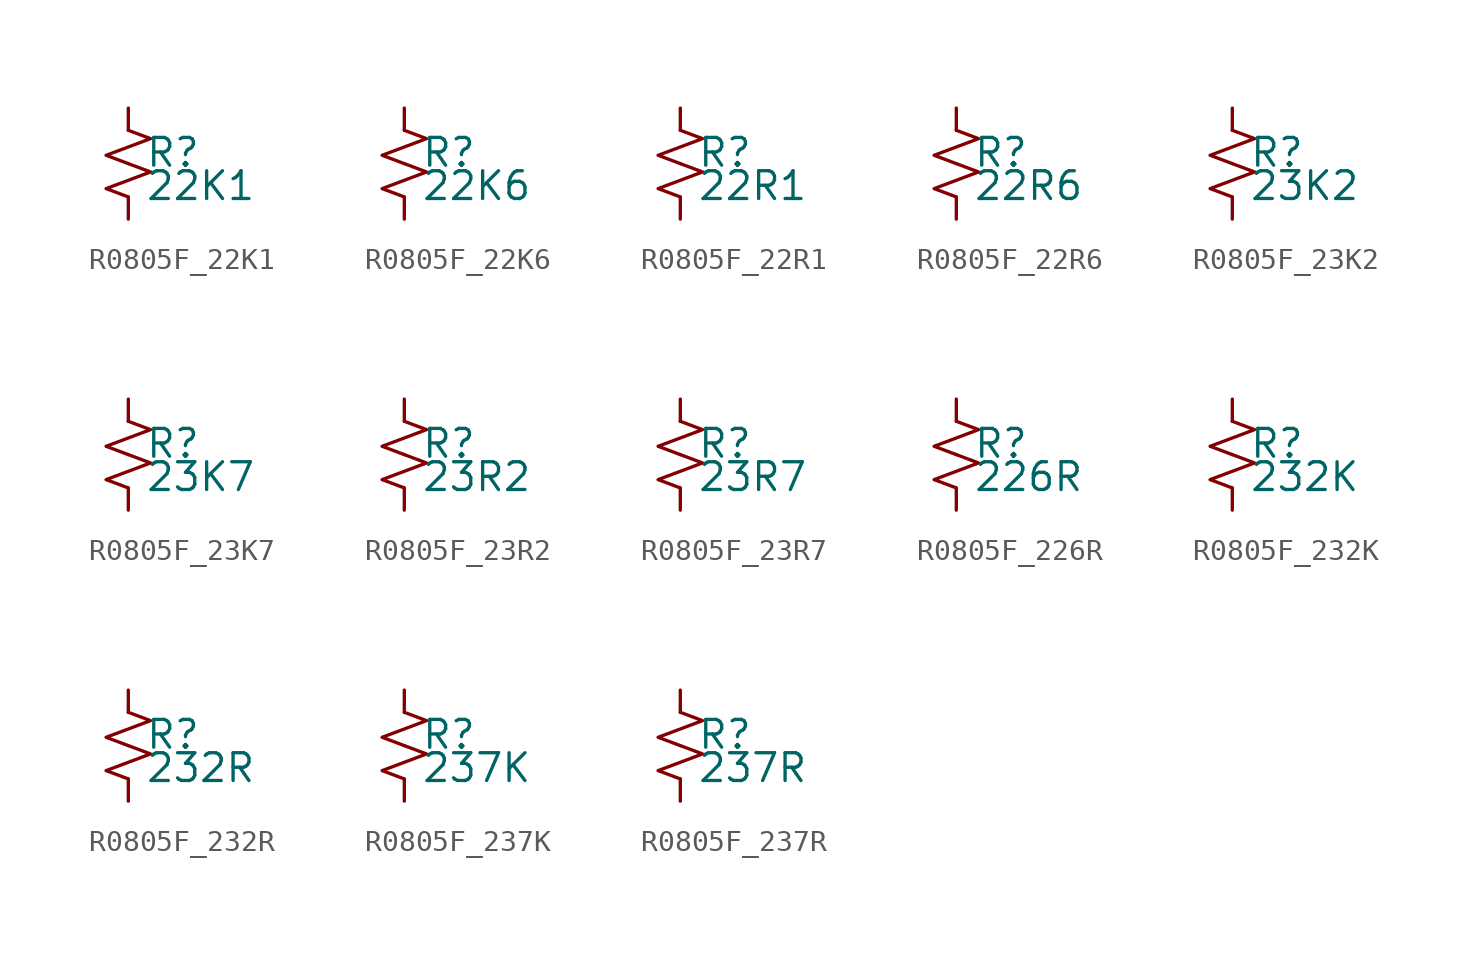
<source format=kicad_sym>
(kicad_symbol_lib
  (version 20220914)
  (generator kicad_symbol_editor)
  (symbol "R0805F_22K1"
    (pin_numbers hide)
    (pin_names
      (offset 0.254) hide)
    (property "Reference" "R"
      (at 0.762 0.508 0)
      (effects (font (size 1.27 1.27)) (justify left)))
    (property "Value" "22K1"
      (at 0.762 -1.016 0)
      (effects (font (size 1.27 1.27)) (justify left)))
    (symbol "R0805F_22K1_1_1"
      (polyline (pts (xy 0 0) (xy 1.016 -0.381) (xy 0 -0.762) (xy -1.016 -1.143) (xy 0 -1.524)) (stroke (width 0) (type default)) (fill (type none)))
      (polyline (pts (xy 0 1.524) (xy 1.016 1.143) (xy 0 0.762) (xy -1.016 0.381) (xy 0 0)) (stroke (width 0) (type default)) (fill (type none)))
      (pin passive line (at 0 2.54 270) (length 1.016) (name "~" (effects (font (size 1.27 1.27)))) (number "1" (effects (font (size 1.27 1.27)))))
      (pin passive line (at 0 -2.54 90) (length 1.016) (name "~" (effects (font (size 1.27 1.27)))) (number "2" (effects (font (size 1.27 1.27)))))))
  (symbol "R0805F_22K6"
    (pin_numbers hide)
    (pin_names
      (offset 0.254) hide)
    (property "Reference" "R"
      (at 0.762 0.508 0)
      (effects (font (size 1.27 1.27)) (justify left)))
    (property "Value" "22K6"
      (at 0.762 -1.016 0)
      (effects (font (size 1.27 1.27)) (justify left)))
    (symbol "R0805F_22K6_1_1"
      (polyline (pts (xy 0 0) (xy 1.016 -0.381) (xy 0 -0.762) (xy -1.016 -1.143) (xy 0 -1.524)) (stroke (width 0) (type default)) (fill (type none)))
      (polyline (pts (xy 0 1.524) (xy 1.016 1.143) (xy 0 0.762) (xy -1.016 0.381) (xy 0 0)) (stroke (width 0) (type default)) (fill (type none)))
      (pin passive line (at 0 2.54 270) (length 1.016) (name "~" (effects (font (size 1.27 1.27)))) (number "1" (effects (font (size 1.27 1.27)))))
      (pin passive line (at 0 -2.54 90) (length 1.016) (name "~" (effects (font (size 1.27 1.27)))) (number "2" (effects (font (size 1.27 1.27)))))))
  (symbol "R0805F_22R1"
    (pin_numbers hide)
    (pin_names
      (offset 0.254) hide)
    (property "Reference" "R"
      (at 0.762 0.508 0)
      (effects (font (size 1.27 1.27)) (justify left)))
    (property "Value" "22R1"
      (at 0.762 -1.016 0)
      (effects (font (size 1.27 1.27)) (justify left)))
    (symbol "R0805F_22R1_1_1"
      (polyline (pts (xy 0 0) (xy 1.016 -0.381) (xy 0 -0.762) (xy -1.016 -1.143) (xy 0 -1.524)) (stroke (width 0) (type default)) (fill (type none)))
      (polyline (pts (xy 0 1.524) (xy 1.016 1.143) (xy 0 0.762) (xy -1.016 0.381) (xy 0 0)) (stroke (width 0) (type default)) (fill (type none)))
      (pin passive line (at 0 2.54 270) (length 1.016) (name "~" (effects (font (size 1.27 1.27)))) (number "1" (effects (font (size 1.27 1.27)))))
      (pin passive line (at 0 -2.54 90) (length 1.016) (name "~" (effects (font (size 1.27 1.27)))) (number "2" (effects (font (size 1.27 1.27)))))))
  (symbol "R0805F_22R6"
    (pin_numbers hide)
    (pin_names
      (offset 0.254) hide)
    (property "Reference" "R"
      (at 0.762 0.508 0)
      (effects (font (size 1.27 1.27)) (justify left)))
    (property "Value" "22R6"
      (at 0.762 -1.016 0)
      (effects (font (size 1.27 1.27)) (justify left)))
    (symbol "R0805F_22R6_1_1"
      (polyline (pts (xy 0 0) (xy 1.016 -0.381) (xy 0 -0.762) (xy -1.016 -1.143) (xy 0 -1.524)) (stroke (width 0) (type default)) (fill (type none)))
      (polyline (pts (xy 0 1.524) (xy 1.016 1.143) (xy 0 0.762) (xy -1.016 0.381) (xy 0 0)) (stroke (width 0) (type default)) (fill (type none)))
      (pin passive line (at 0 2.54 270) (length 1.016) (name "~" (effects (font (size 1.27 1.27)))) (number "1" (effects (font (size 1.27 1.27)))))
      (pin passive line (at 0 -2.54 90) (length 1.016) (name "~" (effects (font (size 1.27 1.27)))) (number "2" (effects (font (size 1.27 1.27)))))))
  (symbol "R0805F_23K2"
    (pin_numbers hide)
    (pin_names
      (offset 0.254) hide)
    (property "Reference" "R"
      (at 0.762 0.508 0)
      (effects (font (size 1.27 1.27)) (justify left)))
    (property "Value" "23K2"
      (at 0.762 -1.016 0)
      (effects (font (size 1.27 1.27)) (justify left)))
    (symbol "R0805F_23K2_1_1"
      (polyline (pts (xy 0 0) (xy 1.016 -0.381) (xy 0 -0.762) (xy -1.016 -1.143) (xy 0 -1.524)) (stroke (width 0) (type default)) (fill (type none)))
      (polyline (pts (xy 0 1.524) (xy 1.016 1.143) (xy 0 0.762) (xy -1.016 0.381) (xy 0 0)) (stroke (width 0) (type default)) (fill (type none)))
      (pin passive line (at 0 2.54 270) (length 1.016) (name "~" (effects (font (size 1.27 1.27)))) (number "1" (effects (font (size 1.27 1.27)))))
      (pin passive line (at 0 -2.54 90) (length 1.016) (name "~" (effects (font (size 1.27 1.27)))) (number "2" (effects (font (size 1.27 1.27)))))))
  (symbol "R0805F_23K7"
    (pin_numbers hide)
    (pin_names
      (offset 0.254) hide)
    (property "Reference" "R"
      (at 0.762 0.508 0)
      (effects (font (size 1.27 1.27)) (justify left)))
    (property "Value" "23K7"
      (at 0.762 -1.016 0)
      (effects (font (size 1.27 1.27)) (justify left)))
    (symbol "R0805F_23K7_1_1"
      (polyline (pts (xy 0 0) (xy 1.016 -0.381) (xy 0 -0.762) (xy -1.016 -1.143) (xy 0 -1.524)) (stroke (width 0) (type default)) (fill (type none)))
      (polyline (pts (xy 0 1.524) (xy 1.016 1.143) (xy 0 0.762) (xy -1.016 0.381) (xy 0 0)) (stroke (width 0) (type default)) (fill (type none)))
      (pin passive line (at 0 2.54 270) (length 1.016) (name "~" (effects (font (size 1.27 1.27)))) (number "1" (effects (font (size 1.27 1.27)))))
      (pin passive line (at 0 -2.54 90) (length 1.016) (name "~" (effects (font (size 1.27 1.27)))) (number "2" (effects (font (size 1.27 1.27)))))))
  (symbol "R0805F_23R2"
    (pin_numbers hide)
    (pin_names
      (offset 0.254) hide)
    (property "Reference" "R"
      (at 0.762 0.508 0)
      (effects (font (size 1.27 1.27)) (justify left)))
    (property "Value" "23R2"
      (at 0.762 -1.016 0)
      (effects (font (size 1.27 1.27)) (justify left)))
    (symbol "R0805F_23R2_1_1"
      (polyline (pts (xy 0 0) (xy 1.016 -0.381) (xy 0 -0.762) (xy -1.016 -1.143) (xy 0 -1.524)) (stroke (width 0) (type default)) (fill (type none)))
      (polyline (pts (xy 0 1.524) (xy 1.016 1.143) (xy 0 0.762) (xy -1.016 0.381) (xy 0 0)) (stroke (width 0) (type default)) (fill (type none)))
      (pin passive line (at 0 2.54 270) (length 1.016) (name "~" (effects (font (size 1.27 1.27)))) (number "1" (effects (font (size 1.27 1.27)))))
      (pin passive line (at 0 -2.54 90) (length 1.016) (name "~" (effects (font (size 1.27 1.27)))) (number "2" (effects (font (size 1.27 1.27)))))))
  (symbol "R0805F_23R7"
    (pin_numbers hide)
    (pin_names
      (offset 0.254) hide)
    (property "Reference" "R"
      (at 0.762 0.508 0)
      (effects (font (size 1.27 1.27)) (justify left)))
    (property "Value" "23R7"
      (at 0.762 -1.016 0)
      (effects (font (size 1.27 1.27)) (justify left)))
    (symbol "R0805F_23R7_1_1"
      (polyline (pts (xy 0 0) (xy 1.016 -0.381) (xy 0 -0.762) (xy -1.016 -1.143) (xy 0 -1.524)) (stroke (width 0) (type default)) (fill (type none)))
      (polyline (pts (xy 0 1.524) (xy 1.016 1.143) (xy 0 0.762) (xy -1.016 0.381) (xy 0 0)) (stroke (width 0) (type default)) (fill (type none)))
      (pin passive line (at 0 2.54 270) (length 1.016) (name "~" (effects (font (size 1.27 1.27)))) (number "1" (effects (font (size 1.27 1.27)))))
      (pin passive line (at 0 -2.54 90) (length 1.016) (name "~" (effects (font (size 1.27 1.27)))) (number "2" (effects (font (size 1.27 1.27)))))))
  (symbol "R0805F_226R"
    (pin_numbers hide)
    (pin_names
      (offset 0.254) hide)
    (property "Reference" "R"
      (at 0.762 0.508 0)
      (effects (font (size 1.27 1.27)) (justify left)))
    (property "Value" "226R"
      (at 0.762 -1.016 0)
      (effects (font (size 1.27 1.27)) (justify left)))
    (symbol "R0805F_226R_1_1"
      (polyline (pts (xy 0 0) (xy 1.016 -0.381) (xy 0 -0.762) (xy -1.016 -1.143) (xy 0 -1.524)) (stroke (width 0) (type default)) (fill (type none)))
      (polyline (pts (xy 0 1.524) (xy 1.016 1.143) (xy 0 0.762) (xy -1.016 0.381) (xy 0 0)) (stroke (width 0) (type default)) (fill (type none)))
      (pin passive line (at 0 2.54 270) (length 1.016) (name "~" (effects (font (size 1.27 1.27)))) (number "1" (effects (font (size 1.27 1.27)))))
      (pin passive line (at 0 -2.54 90) (length 1.016) (name "~" (effects (font (size 1.27 1.27)))) (number "2" (effects (font (size 1.27 1.27)))))))
  (symbol "R0805F_232K"
    (pin_numbers hide)
    (pin_names
      (offset 0.254) hide)
    (property "Reference" "R"
      (at 0.762 0.508 0)
      (effects (font (size 1.27 1.27)) (justify left)))
    (property "Value" "232K"
      (at 0.762 -1.016 0)
      (effects (font (size 1.27 1.27)) (justify left)))
    (symbol "R0805F_232K_1_1"
      (polyline (pts (xy 0 0) (xy 1.016 -0.381) (xy 0 -0.762) (xy -1.016 -1.143) (xy 0 -1.524)) (stroke (width 0) (type default)) (fill (type none)))
      (polyline (pts (xy 0 1.524) (xy 1.016 1.143) (xy 0 0.762) (xy -1.016 0.381) (xy 0 0)) (stroke (width 0) (type default)) (fill (type none)))
      (pin passive line (at 0 2.54 270) (length 1.016) (name "~" (effects (font (size 1.27 1.27)))) (number "1" (effects (font (size 1.27 1.27)))))
      (pin passive line (at 0 -2.54 90) (length 1.016) (name "~" (effects (font (size 1.27 1.27)))) (number "2" (effects (font (size 1.27 1.27)))))))
  (symbol "R0805F_232R"
    (pin_numbers hide)
    (pin_names
      (offset 0.254) hide)
    (property "Reference" "R"
      (at 0.762 0.508 0)
      (effects (font (size 1.27 1.27)) (justify left)))
    (property "Value" "232R"
      (at 0.762 -1.016 0)
      (effects (font (size 1.27 1.27)) (justify left)))
    (symbol "R0805F_232R_1_1"
      (polyline (pts (xy 0 0) (xy 1.016 -0.381) (xy 0 -0.762) (xy -1.016 -1.143) (xy 0 -1.524)) (stroke (width 0) (type default)) (fill (type none)))
      (polyline (pts (xy 0 1.524) (xy 1.016 1.143) (xy 0 0.762) (xy -1.016 0.381) (xy 0 0)) (stroke (width 0) (type default)) (fill (type none)))
      (pin passive line (at 0 2.54 270) (length 1.016) (name "~" (effects (font (size 1.27 1.27)))) (number "1" (effects (font (size 1.27 1.27)))))
      (pin passive line (at 0 -2.54 90) (length 1.016) (name "~" (effects (font (size 1.27 1.27)))) (number "2" (effects (font (size 1.27 1.27)))))))
  (symbol "R0805F_237K"
    (pin_numbers hide)
    (pin_names
      (offset 0.254) hide)
    (property "Reference" "R"
      (at 0.762 0.508 0)
      (effects (font (size 1.27 1.27)) (justify left)))
    (property "Value" "237K"
      (at 0.762 -1.016 0)
      (effects (font (size 1.27 1.27)) (justify left)))
    (symbol "R0805F_237K_1_1"
      (polyline (pts (xy 0 0) (xy 1.016 -0.381) (xy 0 -0.762) (xy -1.016 -1.143) (xy 0 -1.524)) (stroke (width 0) (type default)) (fill (type none)))
      (polyline (pts (xy 0 1.524) (xy 1.016 1.143) (xy 0 0.762) (xy -1.016 0.381) (xy 0 0)) (stroke (width 0) (type default)) (fill (type none)))
      (pin passive line (at 0 2.54 270) (length 1.016) (name "~" (effects (font (size 1.27 1.27)))) (number "1" (effects (font (size 1.27 1.27)))))
      (pin passive line (at 0 -2.54 90) (length 1.016) (name "~" (effects (font (size 1.27 1.27)))) (number "2" (effects (font (size 1.27 1.27)))))))
  (symbol "R0805F_237R"
    (pin_numbers hide)
    (pin_names
      (offset 0.254) hide)
    (property "Reference" "R"
      (at 0.762 0.508 0)
      (effects (font (size 1.27 1.27)) (justify left)))
    (property "Value" "237R"
      (at 0.762 -1.016 0)
      (effects (font (size 1.27 1.27)) (justify left)))
    (symbol "R0805F_237R_1_1"
      (polyline (pts (xy 0 0) (xy 1.016 -0.381) (xy 0 -0.762) (xy -1.016 -1.143) (xy 0 -1.524)) (stroke (width 0) (type default)) (fill (type none)))
      (polyline (pts (xy 0 1.524) (xy 1.016 1.143) (xy 0 0.762) (xy -1.016 0.381) (xy 0 0)) (stroke (width 0) (type default)) (fill (type none)))
      (pin passive line (at 0 2.54 270) (length 1.016) (name "~" (effects (font (size 1.27 1.27)))) (number "1" (effects (font (size 1.27 1.27)))))
      (pin passive line (at 0 -2.54 90) (length 1.016) (name "~" (effects (font (size 1.27 1.27)))) (number "2" (effects (font (size 1.27 1.27))))))))
</source>
